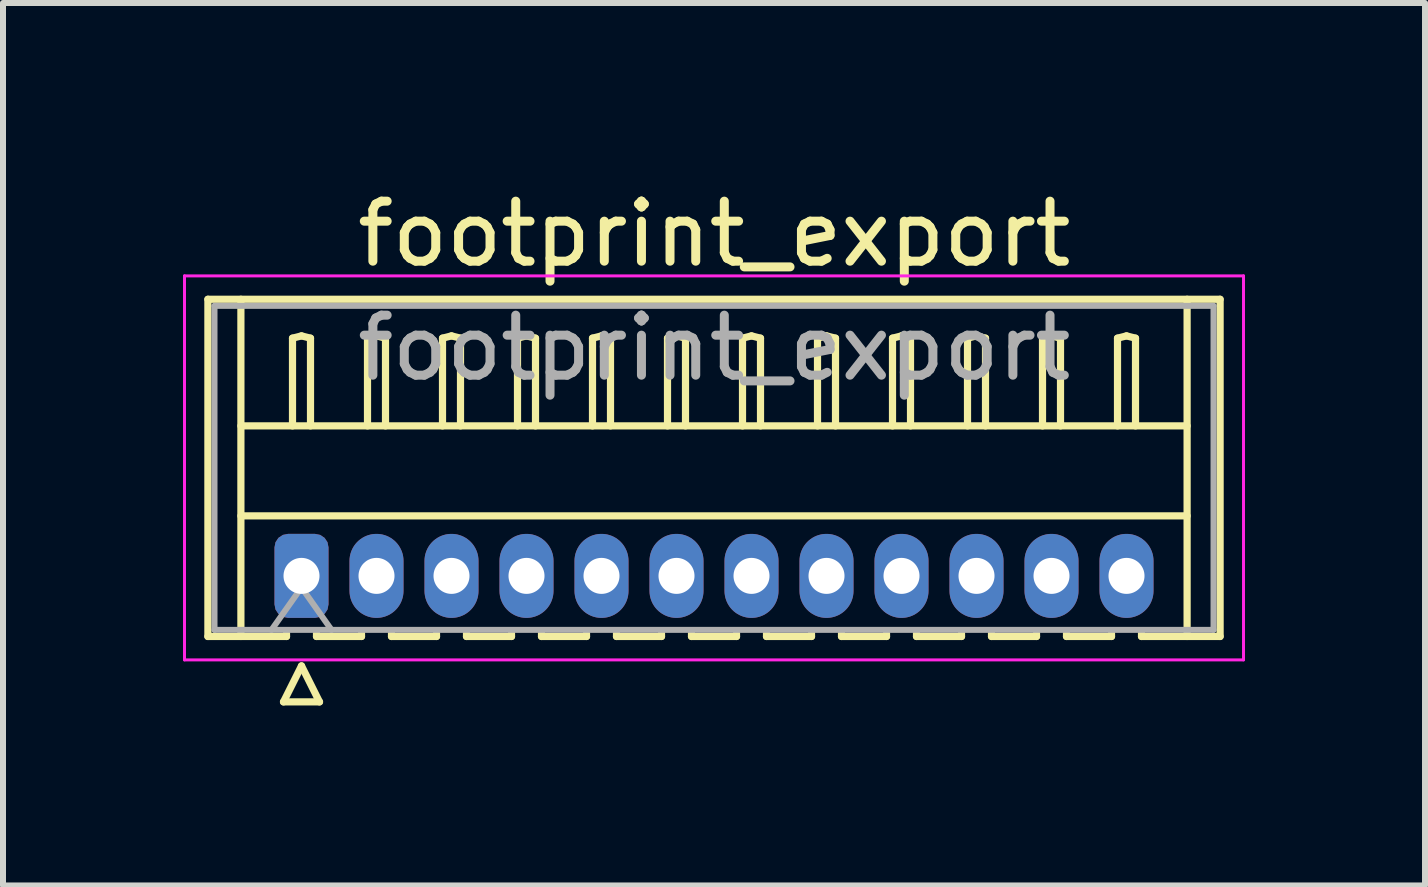
<source format=kicad_pcb>
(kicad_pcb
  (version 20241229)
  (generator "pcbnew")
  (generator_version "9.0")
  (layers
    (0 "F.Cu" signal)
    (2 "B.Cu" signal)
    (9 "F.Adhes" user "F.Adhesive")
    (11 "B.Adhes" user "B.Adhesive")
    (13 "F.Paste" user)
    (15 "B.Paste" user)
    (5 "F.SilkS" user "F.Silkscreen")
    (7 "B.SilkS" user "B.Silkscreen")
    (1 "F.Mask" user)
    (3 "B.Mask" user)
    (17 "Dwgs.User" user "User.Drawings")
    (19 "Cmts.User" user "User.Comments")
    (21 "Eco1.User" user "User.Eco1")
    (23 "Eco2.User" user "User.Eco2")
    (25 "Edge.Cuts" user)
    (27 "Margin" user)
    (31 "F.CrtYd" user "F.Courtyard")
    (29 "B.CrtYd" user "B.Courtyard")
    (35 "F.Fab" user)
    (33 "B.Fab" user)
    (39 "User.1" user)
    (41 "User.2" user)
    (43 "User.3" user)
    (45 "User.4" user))
  (footprint "footprint_export"
    (layer "F.Cu")
    (at 1.975 6.548)
    (property "Reference" "footprint_export" (at 6.88 -5.7 0) (layer "F.SilkS") (effects (font (size 1 1) (thickness 0.15))))
    (attr through_hole)
    (fp_line (start -1.56 -4.61) (end 15.31 -4.61) (stroke (width 0.12) (type solid)) (layer "F.SilkS"))
    (fp_line (start -1.56 1.01) (end -1.56 -4.61) (stroke (width 0.12) (type solid)) (layer "F.SilkS"))
    (fp_line (start -1.01 -4.61) (end -1.01 1.01) (stroke (width 0.12) (type solid)) (layer "F.SilkS"))
    (fp_line (start -1.01 -2.5) (end 14.76 -2.5) (stroke (width 0.12) (type solid)) (layer "F.SilkS"))
    (fp_line (start -1.01 -1) (end 14.76 -1) (stroke (width 0.12) (type solid)) (layer "F.SilkS"))
    (fp_line (start -0.3 2.1) (end 0.3 2.1) (stroke (width 0.12) (type solid)) (layer "F.SilkS"))
    (fp_line (start -0.25 0.96) (end -0.25 1.01) (stroke (width 0.12) (type solid)) (layer "F.SilkS"))
    (fp_line (start -0.25 1.01) (end -1.56 1.01) (stroke (width 0.12) (type solid)) (layer "F.SilkS"))
    (fp_line (start -0.15 -3.962) (end 0 -4) (stroke (width 0.12) (type solid)) (layer "F.SilkS"))
    (fp_line (start -0.15 -2.5) (end -0.15 -3.962) (stroke (width 0.12) (type solid)) (layer "F.SilkS"))
    (fp_line (start 0 -4) (end 0.15 -3.962) (stroke (width 0.12) (type solid)) (layer "F.SilkS"))
    (fp_line (start 0 1.5) (end -0.3 2.1) (stroke (width 0.12) (type solid)) (layer "F.SilkS"))
    (fp_line (start 0.15 -3.962) (end 0.15 -2.5) (stroke (width 0.12) (type solid)) (layer "F.SilkS"))
    (fp_line (start 0.25 0.96) (end 0.25 1.01) (stroke (width 0.12) (type solid)) (layer "F.SilkS"))
    (fp_line (start 0.25 1.01) (end 1 1.01) (stroke (width 0.12) (type solid)) (layer "F.SilkS"))
    (fp_line (start 0.3 2.1) (end 0 1.5) (stroke (width 0.12) (type solid)) (layer "F.SilkS"))
    (fp_line (start 1 1.01) (end 1 0.96) (stroke (width 0.12) (type solid)) (layer "F.SilkS"))
    (fp_line (start 1.1 -3.962) (end 1.25 -4) (stroke (width 0.12) (type solid)) (layer "F.SilkS"))
    (fp_line (start 1.1 -2.5) (end 1.1 -3.962) (stroke (width 0.12) (type solid)) (layer "F.SilkS"))
    (fp_line (start 1.25 -4) (end 1.4 -3.962) (stroke (width 0.12) (type solid)) (layer "F.SilkS"))
    (fp_line (start 1.4 -3.962) (end 1.4 -2.5) (stroke (width 0.12) (type solid)) (layer "F.SilkS"))
    (fp_line (start 1.5 0.96) (end 1.5 1.01) (stroke (width 0.12) (type solid)) (layer "F.SilkS"))
    (fp_line (start 1.5 1.01) (end 2.25 1.01) (stroke (width 0.12) (type solid)) (layer "F.SilkS"))
    (fp_line (start 2.25 1.01) (end 2.25 0.96) (stroke (width 0.12) (type solid)) (layer "F.SilkS"))
    (fp_line (start 2.35 -3.962) (end 2.5 -4) (stroke (width 0.12) (type solid)) (layer "F.SilkS"))
    (fp_line (start 2.35 -2.5) (end 2.35 -3.962) (stroke (width 0.12) (type solid)) (layer "F.SilkS"))
    (fp_line (start 2.5 -4) (end 2.65 -3.962) (stroke (width 0.12) (type solid)) (layer "F.SilkS"))
    (fp_line (start 2.65 -3.962) (end 2.65 -2.5) (stroke (width 0.12) (type solid)) (layer "F.SilkS"))
    (fp_line (start 2.75 0.96) (end 2.75 1.01) (stroke (width 0.12) (type solid)) (layer "F.SilkS"))
    (fp_line (start 2.75 1.01) (end 3.5 1.01) (stroke (width 0.12) (type solid)) (layer "F.SilkS"))
    (fp_line (start 3.5 1.01) (end 3.5 0.96) (stroke (width 0.12) (type solid)) (layer "F.SilkS"))
    (fp_line (start 3.6 -3.962) (end 3.75 -4) (stroke (width 0.12) (type solid)) (layer "F.SilkS"))
    (fp_line (start 3.6 -2.5) (end 3.6 -3.962) (stroke (width 0.12) (type solid)) (layer "F.SilkS"))
    (fp_line (start 3.75 -4) (end 3.9 -3.962) (stroke (width 0.12) (type solid)) (layer "F.SilkS"))
    (fp_line (start 3.9 -3.962) (end 3.9 -2.5) (stroke (width 0.12) (type solid)) (layer "F.SilkS"))
    (fp_line (start 4 0.96) (end 4 1.01) (stroke (width 0.12) (type solid)) (layer "F.SilkS"))
    (fp_line (start 4 1.01) (end 4.75 1.01) (stroke (width 0.12) (type solid)) (layer "F.SilkS"))
    (fp_line (start 4.75 1.01) (end 4.75 0.96) (stroke (width 0.12) (type solid)) (layer "F.SilkS"))
    (fp_line (start 4.85 -3.962) (end 5 -4) (stroke (width 0.12) (type solid)) (layer "F.SilkS"))
    (fp_line (start 4.85 -2.5) (end 4.85 -3.962) (stroke (width 0.12) (type solid)) (layer "F.SilkS"))
    (fp_line (start 5 -4) (end 5.15 -3.962) (stroke (width 0.12) (type solid)) (layer "F.SilkS"))
    (fp_line (start 5.15 -3.962) (end 5.15 -2.5) (stroke (width 0.12) (type solid)) (layer "F.SilkS"))
    (fp_line (start 5.25 0.96) (end 5.25 1.01) (stroke (width 0.12) (type solid)) (layer "F.SilkS"))
    (fp_line (start 5.25 1.01) (end 6 1.01) (stroke (width 0.12) (type solid)) (layer "F.SilkS"))
    (fp_line (start 6 1.01) (end 6 0.96) (stroke (width 0.12) (type solid)) (layer "F.SilkS"))
    (fp_line (start 6.1 -3.962) (end 6.25 -4) (stroke (width 0.12) (type solid)) (layer "F.SilkS"))
    (fp_line (start 6.1 -2.5) (end 6.1 -3.962) (stroke (width 0.12) (type solid)) (layer "F.SilkS"))
    (fp_line (start 6.25 -4) (end 6.4 -3.962) (stroke (width 0.12) (type solid)) (layer "F.SilkS"))
    (fp_line (start 6.4 -3.962) (end 6.4 -2.5) (stroke (width 0.12) (type solid)) (layer "F.SilkS"))
    (fp_line (start 6.5 0.96) (end 6.5 1.01) (stroke (width 0.12) (type solid)) (layer "F.SilkS"))
    (fp_line (start 6.5 1.01) (end 7.25 1.01) (stroke (width 0.12) (type solid)) (layer "F.SilkS"))
    (fp_line (start 7.25 1.01) (end 7.25 0.96) (stroke (width 0.12) (type solid)) (layer "F.SilkS"))
    (fp_line (start 7.35 -3.962) (end 7.5 -4) (stroke (width 0.12) (type solid)) (layer "F.SilkS"))
    (fp_line (start 7.35 -2.5) (end 7.35 -3.962) (stroke (width 0.12) (type solid)) (layer "F.SilkS"))
    (fp_line (start 7.5 -4) (end 7.65 -3.962) (stroke (width 0.12) (type solid)) (layer "F.SilkS"))
    (fp_line (start 7.65 -3.962) (end 7.65 -2.5) (stroke (width 0.12) (type solid)) (layer "F.SilkS"))
    (fp_line (start 7.75 0.96) (end 7.75 1.01) (stroke (width 0.12) (type solid)) (layer "F.SilkS"))
    (fp_line (start 7.75 1.01) (end 8.5 1.01) (stroke (width 0.12) (type solid)) (layer "F.SilkS"))
    (fp_line (start 8.5 1.01) (end 8.5 0.96) (stroke (width 0.12) (type solid)) (layer "F.SilkS"))
    (fp_line (start 8.6 -3.962) (end 8.75 -4) (stroke (width 0.12) (type solid)) (layer "F.SilkS"))
    (fp_line (start 8.6 -2.5) (end 8.6 -3.962) (stroke (width 0.12) (type solid)) (layer "F.SilkS"))
    (fp_line (start 8.75 -4) (end 8.9 -3.962) (stroke (width 0.12) (type solid)) (layer "F.SilkS"))
    (fp_line (start 8.9 -3.962) (end 8.9 -2.5) (stroke (width 0.12) (type solid)) (layer "F.SilkS"))
    (fp_line (start 9 0.96) (end 9 1.01) (stroke (width 0.12) (type solid)) (layer "F.SilkS"))
    (fp_line (start 9 1.01) (end 9.75 1.01) (stroke (width 0.12) (type solid)) (layer "F.SilkS"))
    (fp_line (start 9.75 1.01) (end 9.75 0.96) (stroke (width 0.12) (type solid)) (layer "F.SilkS"))
    (fp_line (start 9.85 -3.962) (end 10 -4) (stroke (width 0.12) (type solid)) (layer "F.SilkS"))
    (fp_line (start 9.85 -2.5) (end 9.85 -3.962) (stroke (width 0.12) (type solid)) (layer "F.SilkS"))
    (fp_line (start 10 -4) (end 10.15 -3.962) (stroke (width 0.12) (type solid)) (layer "F.SilkS"))
    (fp_line (start 10.15 -3.962) (end 10.15 -2.5) (stroke (width 0.12) (type solid)) (layer "F.SilkS"))
    (fp_line (start 10.25 0.96) (end 10.25 1.01) (stroke (width 0.12) (type solid)) (layer "F.SilkS"))
    (fp_line (start 10.25 1.01) (end 11 1.01) (stroke (width 0.12) (type solid)) (layer "F.SilkS"))
    (fp_line (start 11 1.01) (end 11 0.96) (stroke (width 0.12) (type solid)) (layer "F.SilkS"))
    (fp_line (start 11.1 -3.962) (end 11.25 -4) (stroke (width 0.12) (type solid)) (layer "F.SilkS"))
    (fp_line (start 11.1 -2.5) (end 11.1 -3.962) (stroke (width 0.12) (type solid)) (layer "F.SilkS"))
    (fp_line (start 11.25 -4) (end 11.4 -3.962) (stroke (width 0.12) (type solid)) (layer "F.SilkS"))
    (fp_line (start 11.4 -3.962) (end 11.4 -2.5) (stroke (width 0.12) (type solid)) (layer "F.SilkS"))
    (fp_line (start 11.5 0.96) (end 11.5 1.01) (stroke (width 0.12) (type solid)) (layer "F.SilkS"))
    (fp_line (start 11.5 1.01) (end 12.25 1.01) (stroke (width 0.12) (type solid)) (layer "F.SilkS"))
    (fp_line (start 12.25 1.01) (end 12.25 0.96) (stroke (width 0.12) (type solid)) (layer "F.SilkS"))
    (fp_line (start 12.35 -3.962) (end 12.5 -4) (stroke (width 0.12) (type solid)) (layer "F.SilkS"))
    (fp_line (start 12.35 -2.5) (end 12.35 -3.962) (stroke (width 0.12) (type solid)) (layer "F.SilkS"))
    (fp_line (start 12.5 -4) (end 12.65 -3.962) (stroke (width 0.12) (type solid)) (layer "F.SilkS"))
    (fp_line (start 12.65 -3.962) (end 12.65 -2.5) (stroke (width 0.12) (type solid)) (layer "F.SilkS"))
    (fp_line (start 12.75 0.96) (end 12.75 1.01) (stroke (width 0.12) (type solid)) (layer "F.SilkS"))
    (fp_line (start 12.75 1.01) (end 13.5 1.01) (stroke (width 0.12) (type solid)) (layer "F.SilkS"))
    (fp_line (start 13.5 1.01) (end 13.5 0.96) (stroke (width 0.12) (type solid)) (layer "F.SilkS"))
    (fp_line (start 13.6 -3.962) (end 13.75 -4) (stroke (width 0.12) (type solid)) (layer "F.SilkS"))
    (fp_line (start 13.6 -2.5) (end 13.6 -3.962) (stroke (width 0.12) (type solid)) (layer "F.SilkS"))
    (fp_line (start 13.75 -4) (end 13.9 -3.962) (stroke (width 0.12) (type solid)) (layer "F.SilkS"))
    (fp_line (start 13.9 -3.962) (end 13.9 -2.5) (stroke (width 0.12) (type solid)) (layer "F.SilkS"))
    (fp_line (start 14 1.01) (end 14 0.96) (stroke (width 0.12) (type solid)) (layer "F.SilkS"))
    (fp_line (start 14.76 -4.61) (end 14.76 1.01) (stroke (width 0.12) (type solid)) (layer "F.SilkS"))
    (fp_line (start 15.31 -4.61) (end 15.31 1.01) (stroke (width 0.12) (type solid)) (layer "F.SilkS"))
    (fp_line (start 15.31 1.01) (end 14 1.01) (stroke (width 0.12) (type solid)) (layer "F.SilkS"))
    (fp_line (start -1.95 -5) (end -1.95 1.4) (stroke (width 0.05) (type solid)) (layer "F.CrtYd"))
    (fp_line (start -1.95 1.4) (end 15.7 1.4) (stroke (width 0.05) (type solid)) (layer "F.CrtYd"))
    (fp_line (start 15.7 -5) (end -1.95 -5) (stroke (width 0.05) (type solid)) (layer "F.CrtYd"))
    (fp_line (start 15.7 1.4) (end 15.7 -5) (stroke (width 0.05) (type solid)) (layer "F.CrtYd"))
    (fp_line (start -1.45 -4.5) (end -1.45 0.9) (stroke (width 0.1) (type solid)) (layer "F.Fab"))
    (fp_line (start -1.45 0.9) (end 15.2 0.9) (stroke (width 0.1) (type solid)) (layer "F.Fab"))
    (fp_line (start -0.5 0.9) (end 0 0.193) (stroke (width 0.1) (type solid)) (layer "F.Fab"))
    (fp_line (start 0 0.193) (end 0.5 0.9) (stroke (width 0.1) (type solid)) (layer "F.Fab"))
    (fp_line (start 15.2 -4.5) (end -1.45 -4.5) (stroke (width 0.1) (type solid)) (layer "F.Fab"))
    (fp_line (start 15.2 0.9) (end 15.2 -4.5) (stroke (width 0.1) (type solid)) (layer "F.Fab"))
    (fp_text user "${REFERENCE}" (at 6.88 -3.8 0) (layer "F.Fab") (effects (font (size 1 1) (thickness 0.15))))
    (pad "1" thru_hole roundrect (at 0 0) (size 0.9 1.4) (drill 0.6) (layers "*.Cu" "*.Mask") (roundrect_rratio 0.25))
    (pad "2" thru_hole oval (at 1.25 0) (size 0.9 1.4) (drill 0.6) (layers "*.Cu" "*.Mask"))
    (pad "3" thru_hole oval (at 2.5 0) (size 0.9 1.4) (drill 0.6) (layers "*.Cu" "*.Mask"))
    (pad "4" thru_hole oval (at 3.75 0) (size 0.9 1.4) (drill 0.6) (layers "*.Cu" "*.Mask"))
    (pad "5" thru_hole oval (at 5 0) (size 0.9 1.4) (drill 0.6) (layers "*.Cu" "*.Mask"))
    (pad "6" thru_hole oval (at 6.25 0) (size 0.9 1.4) (drill 0.6) (layers "*.Cu" "*.Mask"))
    (pad "7" thru_hole oval (at 7.5 0) (size 0.9 1.4) (drill 0.6) (layers "*.Cu" "*.Mask"))
    (pad "8" thru_hole oval (at 8.75 0) (size 0.9 1.4) (drill 0.6) (layers "*.Cu" "*.Mask"))
    (pad "9" thru_hole oval (at 10 0) (size 0.9 1.4) (drill 0.6) (layers "*.Cu" "*.Mask"))
    (pad "10" thru_hole oval (at 11.25 0) (size 0.9 1.4) (drill 0.6) (layers "*.Cu" "*.Mask"))
    (pad "11" thru_hole oval (at 12.5 0) (size 0.9 1.4) (drill 0.6) (layers "*.Cu" "*.Mask"))
    (pad "12" thru_hole oval (at 13.75 0) (size 0.9 1.4) (drill 0.6) (layers "*.Cu" "*.Mask")))
  (gr_rect
    (start -3 -3)
    (end 20.7 11.708)
    (stroke (width 0.1) (type default))
    (fill no)
    (layer "Edge.Cuts")))
</source>
